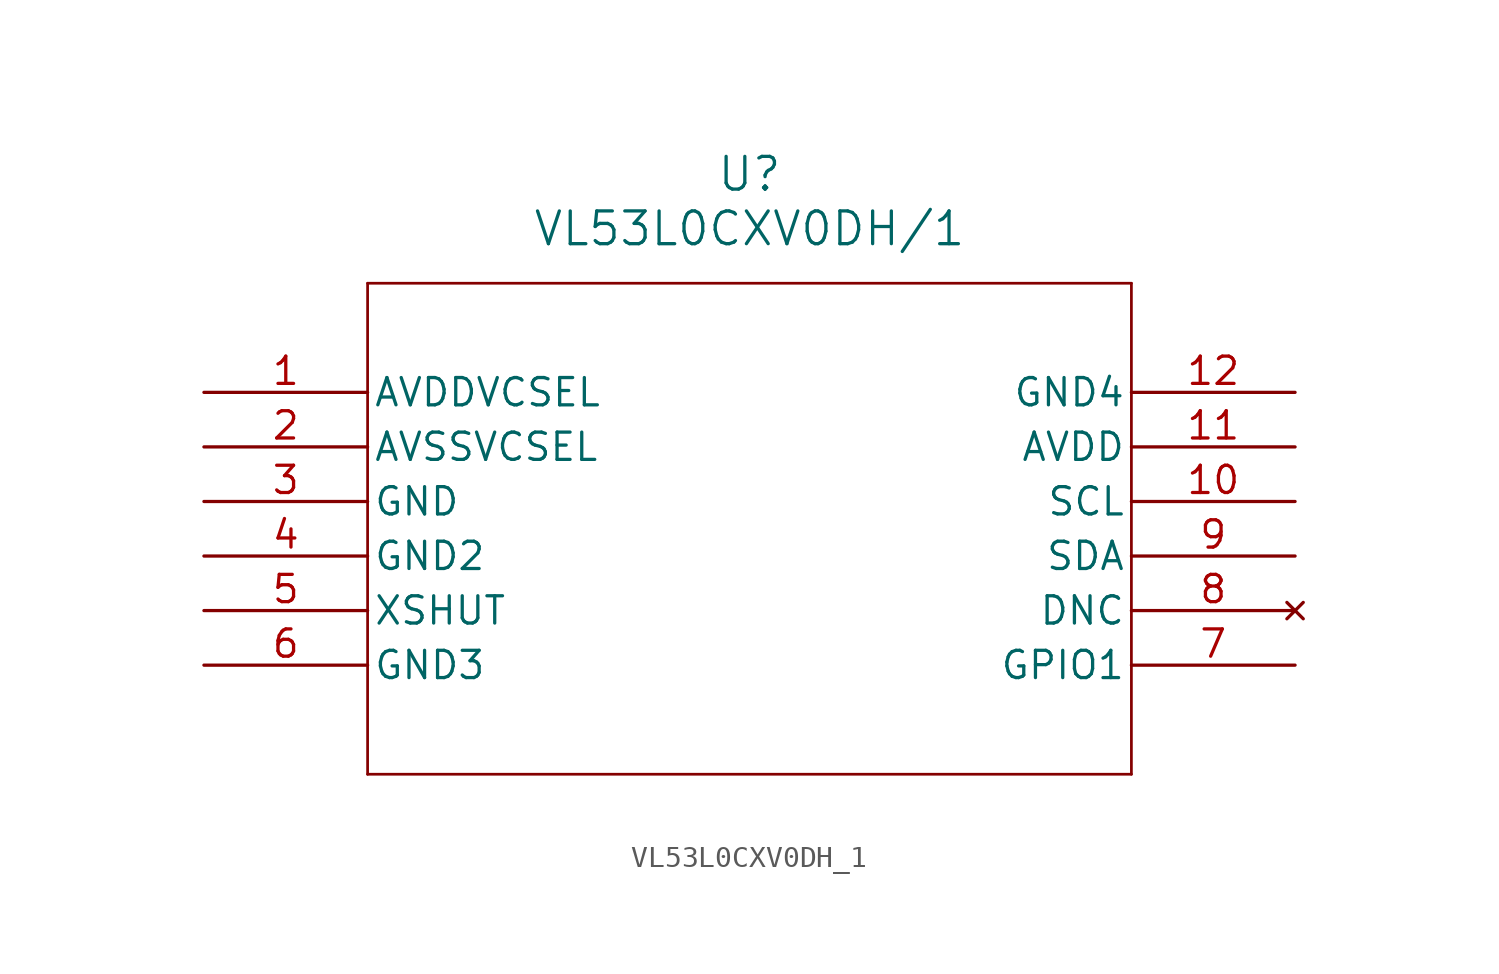
<source format=kicad_sym>
(kicad_symbol_lib
  (version 20211014)
  (generator kicad_symbol_editor)
  (symbol "VL53L0CXV0DH_1"
    (pin_names
      (offset 0.254))
    (property "Reference" "U"
      (at 25.4 10.16 0)
      (effects (font (size 1.524 1.524))))
    (property "Value" "VL53L0CXV0DH/1"
      (at 25.4 7.62 0)
      (effects (font (size 1.524 1.524))))
    (symbol "VL53L0CXV0DH_1_0_1"
      (polyline (pts (xy 7.62 5.08) (xy 7.62 -17.78)) (stroke (width 0.127) (type default) (color 0 0 0 0)) (fill (type none)))
      (polyline (pts (xy 7.62 -17.78) (xy 43.18 -17.78)) (stroke (width 0.127) (type default) (color 0 0 0 0)) (fill (type none)))
      (polyline (pts (xy 43.18 -17.78) (xy 43.18 5.08)) (stroke (width 0.127) (type default) (color 0 0 0 0)) (fill (type none)))
      (polyline (pts (xy 43.18 5.08) (xy 7.62 5.08)) (stroke (width 0.127) (type default) (color 0 0 0 0)) (fill (type none)))
      (pin power_in line (at 0 0 0) (length 7.62) (name "AVDDVCSEL" (effects (font (size 1.27 1.27)))) (number "1" (effects (font (size 1.27 1.27)))))
      (pin power_in line (at 0 -2.54 0) (length 7.62) (name "AVSSVCSEL" (effects (font (size 1.27 1.27)))) (number "2" (effects (font (size 1.27 1.27)))))
      (pin power_in line (at 0 -5.08 0) (length 7.62) (name "GND" (effects (font (size 1.27 1.27)))) (number "3" (effects (font (size 1.27 1.27)))))
      (pin power_in line (at 0 -7.62 0) (length 7.62) (name "GND2" (effects (font (size 1.27 1.27)))) (number "4" (effects (font (size 1.27 1.27)))))
      (pin input line (at 0 -10.16 0) (length 7.62) (name "XSHUT" (effects (font (size 1.27 1.27)))) (number "5" (effects (font (size 1.27 1.27)))))
      (pin power_in line (at 0 -12.7 0) (length 7.62) (name "GND3" (effects (font (size 1.27 1.27)))) (number "6" (effects (font (size 1.27 1.27)))))
      (pin bidirectional line (at 50.8 -12.7 180) (length 7.62) (name "GPIO1" (effects (font (size 1.27 1.27)))) (number "7" (effects (font (size 1.27 1.27)))))
      (pin no_connect line (at 50.8 -10.16 180) (length 7.62) (name "DNC" (effects (font (size 1.27 1.27)))) (number "8" (effects (font (size 1.27 1.27)))))
      (pin bidirectional line (at 50.8 -7.62 180) (length 7.62) (name "SDA" (effects (font (size 1.27 1.27)))) (number "9" (effects (font (size 1.27 1.27)))))
      (pin input line (at 50.8 -5.08 180) (length 7.62) (name "SCL" (effects (font (size 1.27 1.27)))) (number "10" (effects (font (size 1.27 1.27)))))
      (pin power_in line (at 50.8 -2.54 180) (length 7.62) (name "AVDD" (effects (font (size 1.27 1.27)))) (number "11" (effects (font (size 1.27 1.27)))))
      (pin power_in line (at 50.8 0 180) (length 7.62) (name "GND4" (effects (font (size 1.27 1.27)))) (number "12" (effects (font (size 1.27 1.27))))))))
</source>
